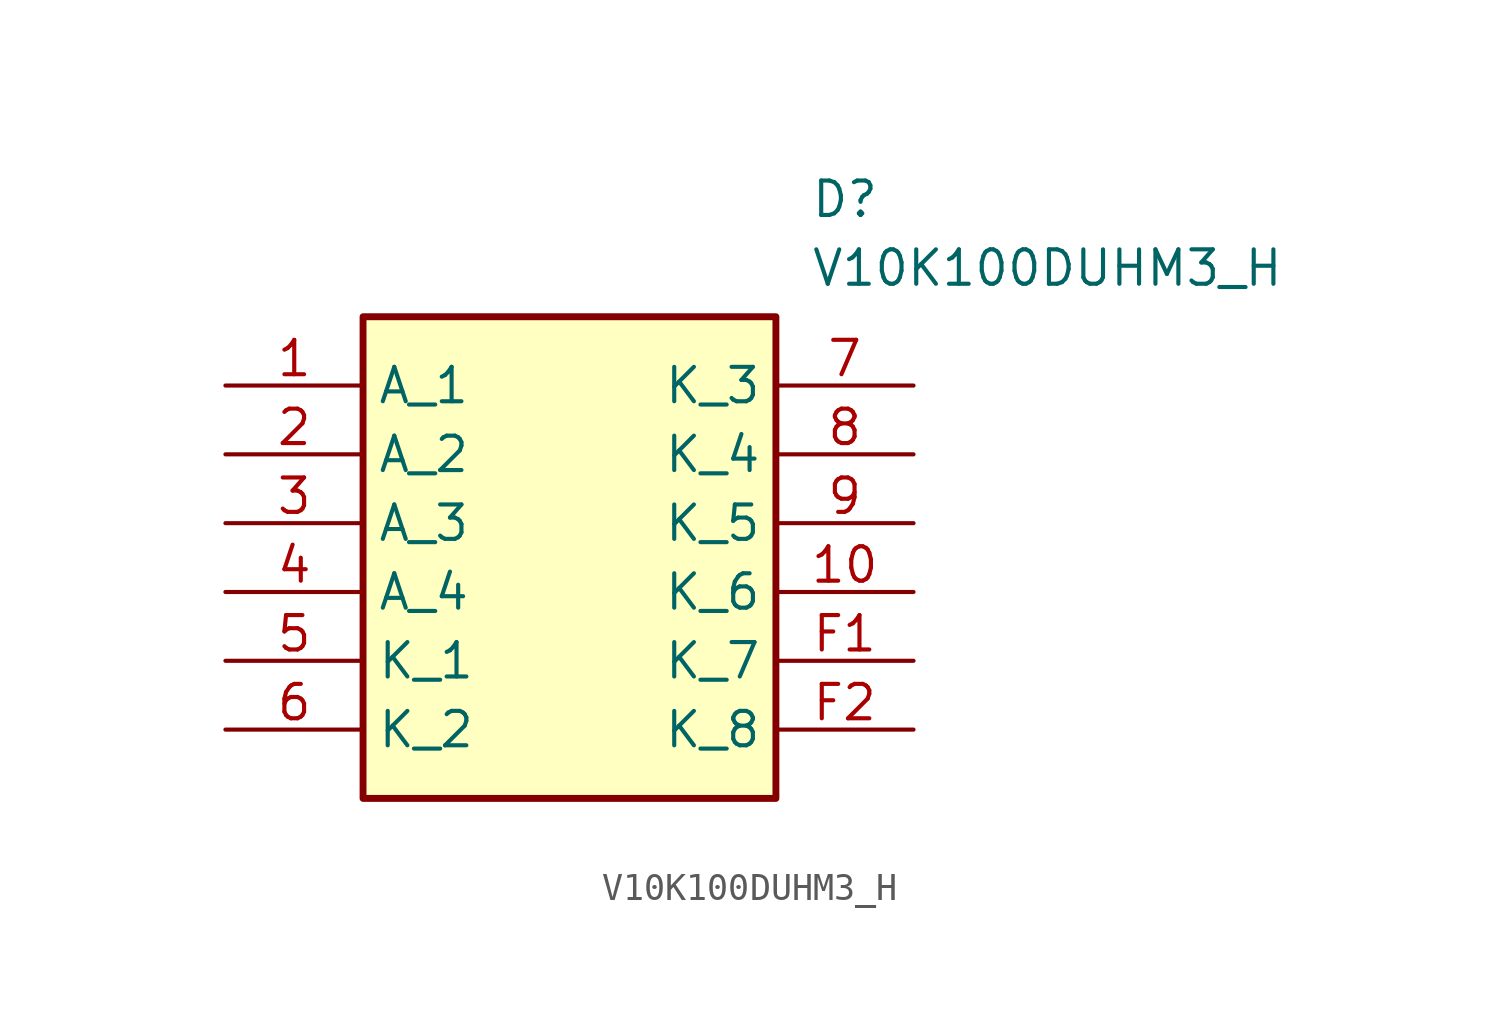
<source format=kicad_sym>
(kicad_symbol_lib
  (version 20211014)
  (generator SamacSys_ECAD_Model)
  (symbol "V10K100DUHM3_H"
    (property "Reference" "D"
      (at 21.59 7.62 0)
      (effects (font (size 1.27 1.27)) (justify left top)))
    (property "Value" "V10K100DUHM3_H"
      (at 21.59 5.08 0)
      (effects (font (size 1.27 1.27)) (justify left top)))
    (rectangle
      (start 5.08 2.54)
      (end 20.32 -15.24)
      (stroke (width 0.254) (type default))
      (fill (type background)))
    (pin passive line
      (at 0 0 0)
      (length 5.08)
      (name "A_1" (effects (font (size 1.27 1.27))))
      (number "1" (effects (font (size 1.27 1.27)))))
    (pin passive line
      (at 0 -2.54 0)
      (length 5.08)
      (name "A_2" (effects (font (size 1.27 1.27))))
      (number "2" (effects (font (size 1.27 1.27)))))
    (pin passive line
      (at 0 -5.08 0)
      (length 5.08)
      (name "A_3" (effects (font (size 1.27 1.27))))
      (number "3" (effects (font (size 1.27 1.27)))))
    (pin passive line
      (at 0 -7.62 0)
      (length 5.08)
      (name "A_4" (effects (font (size 1.27 1.27))))
      (number "4" (effects (font (size 1.27 1.27)))))
    (pin passive line
      (at 0 -10.16 0)
      (length 5.08)
      (name "K_1" (effects (font (size 1.27 1.27))))
      (number "5" (effects (font (size 1.27 1.27)))))
    (pin passive line
      (at 0 -12.7 0)
      (length 5.08)
      (name "K_2" (effects (font (size 1.27 1.27))))
      (number "6" (effects (font (size 1.27 1.27)))))
    (pin passive line
      (at 25.4 0 180)
      (length 5.08)
      (name "K_3" (effects (font (size 1.27 1.27))))
      (number "7" (effects (font (size 1.27 1.27)))))
    (pin passive line
      (at 25.4 -2.54 180)
      (length 5.08)
      (name "K_4" (effects (font (size 1.27 1.27))))
      (number "8" (effects (font (size 1.27 1.27)))))
    (pin passive line
      (at 25.4 -5.08 180)
      (length 5.08)
      (name "K_5" (effects (font (size 1.27 1.27))))
      (number "9" (effects (font (size 1.27 1.27)))))
    (pin passive line
      (at 25.4 -7.62 180)
      (length 5.08)
      (name "K_6" (effects (font (size 1.27 1.27))))
      (number "10" (effects (font (size 1.27 1.27)))))
    (pin passive line
      (at 25.4 -10.16 180)
      (length 5.08)
      (name "K_7" (effects (font (size 1.27 1.27))))
      (number "F1" (effects (font (size 1.27 1.27)))))
    (pin passive line
      (at 25.4 -12.7 180)
      (length 5.08)
      (name "K_8" (effects (font (size 1.27 1.27))))
      (number "F2" (effects (font (size 1.27 1.27)))))))
</source>
